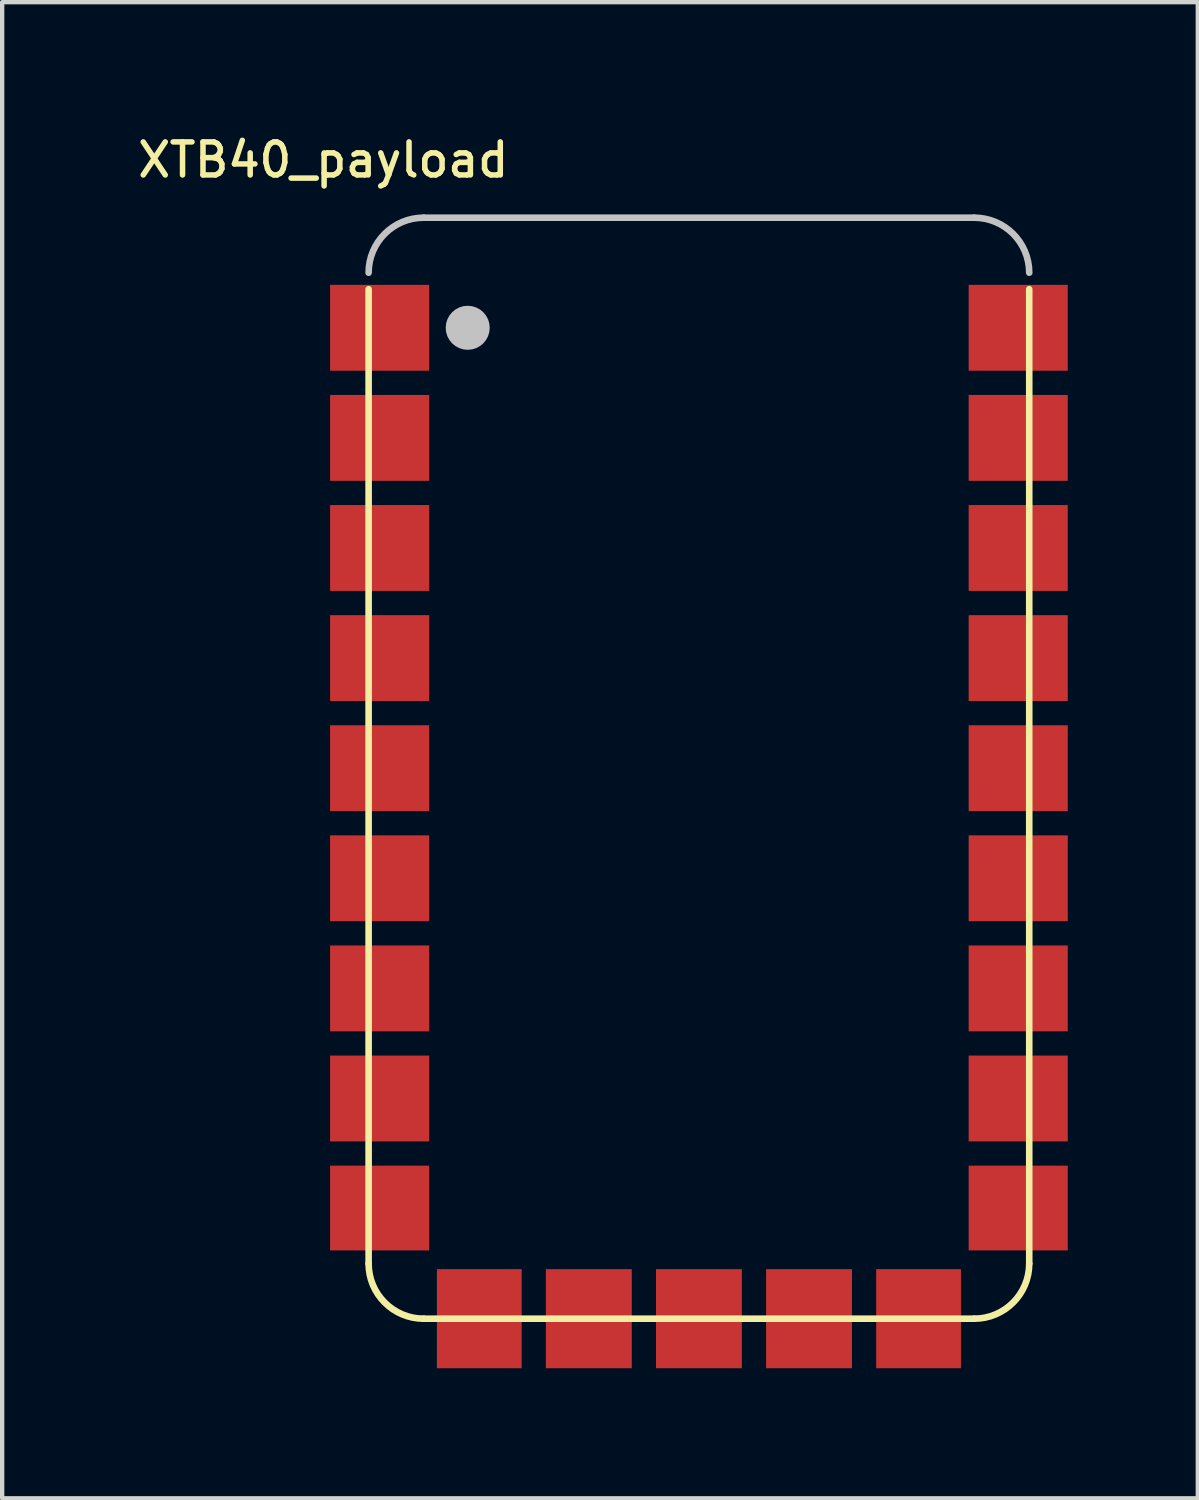
<source format=kicad_pcb>
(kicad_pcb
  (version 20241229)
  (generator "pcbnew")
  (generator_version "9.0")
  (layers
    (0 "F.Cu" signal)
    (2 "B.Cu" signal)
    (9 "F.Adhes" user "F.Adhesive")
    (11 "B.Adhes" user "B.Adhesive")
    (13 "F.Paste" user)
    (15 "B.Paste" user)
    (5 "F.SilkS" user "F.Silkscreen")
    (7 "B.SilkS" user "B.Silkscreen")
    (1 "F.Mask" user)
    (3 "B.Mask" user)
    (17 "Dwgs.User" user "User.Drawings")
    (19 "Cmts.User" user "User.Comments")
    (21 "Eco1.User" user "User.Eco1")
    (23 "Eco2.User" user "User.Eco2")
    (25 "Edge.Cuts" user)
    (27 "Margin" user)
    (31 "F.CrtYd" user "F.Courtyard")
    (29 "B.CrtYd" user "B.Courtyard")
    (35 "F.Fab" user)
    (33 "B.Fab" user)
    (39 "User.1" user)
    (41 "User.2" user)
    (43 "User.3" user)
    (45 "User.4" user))
  (footprint "XTB40_payload"
    (layer "F.Cu")
    (at 5.454 27.372)
    (property "Reference" "XTB40_payload" (at 3.302 -27.178 0) (layer "F.SilkS") (effects (font (size 0.762 0.762) (thickness 0.127)) (justify right top)))
    (attr smd)
    (fp_line (start 0 -23.75) (end 0 -1.27) (stroke (width 0.152) (type solid)) (layer "F.SilkS"))
    (fp_line (start 1.27 0) (end 13.97 0) (stroke (width 0.152) (type solid)) (layer "F.SilkS"))
    (fp_line (start 15.24 -1.27) (end 15.24 -23.75) (stroke (width 0.152) (type solid)) (layer "F.SilkS"))
    (fp_arc (start 1.27 0) (mid 0.371974 -0.371974) (end 0 -1.27) (stroke (width 0.1524) (type solid)) (layer "F.SilkS"))
    (fp_arc (start 15.24 -1.27) (mid 14.868026 -0.371974) (end 13.97 0) (stroke (width 0.1524) (type solid)) (layer "F.SilkS"))
    (fp_line (start 13.97 -25.4) (end 1.27 -25.4) (stroke (width 0.152) (type solid)) (layer "Dwgs.User"))
    (fp_arc (start 0 -24.13) (mid 0.371974 -25.028026) (end 1.27 -25.4) (stroke (width 0.1524) (type solid)) (layer "Dwgs.User"))
    (fp_arc (start 13.97 -25.4) (mid 14.868026 -25.028026) (end 15.24 -24.13) (stroke (width 0.1524) (type solid)) (layer "Dwgs.User"))
    (fp_circle (center 2.286 -22.86) (end 2.54 -22.86) (stroke (width 0.508) (type solid)) (fill no) (layer "Dwgs.User"))
    (pad "1" smd rect (at 0.254 -22.86) (size 2.286 1.981) (layers "F.Cu" "F.Mask"))
    (pad "2" smd rect (at 0.254 -20.32) (size 2.286 1.981) (layers "F.Cu" "F.Mask"))
    (pad "3" smd rect (at 0.254 -17.78) (size 2.286 1.981) (layers "F.Cu" "F.Mask"))
    (pad "4" smd rect (at 0.254 -15.24) (size 2.286 1.981) (layers "F.Cu" "F.Mask"))
    (pad "5" smd rect (at 0.254 -12.7) (size 2.286 1.981) (layers "F.Cu" "F.Mask"))
    (pad "6" smd rect (at 0.254 -10.16) (size 2.286 1.981) (layers "F.Cu" "F.Mask"))
    (pad "7" smd rect (at 0.254 -7.62) (size 2.286 1.981) (layers "F.Cu" "F.Mask"))
    (pad "8" smd rect (at 0.254 -5.08) (size 2.286 1.981) (layers "F.Cu" "F.Mask"))
    (pad "9" smd rect (at 0.254 -2.553) (size 2.286 1.956) (layers "F.Cu" "F.Mask"))
    (pad "10" smd rect (at 2.553 0 270) (size 2.286 1.956) (layers "F.Cu" "F.Mask"))
    (pad "11" smd rect (at 5.08 0 270) (size 2.286 1.981) (layers "F.Cu" "F.Mask"))
    (pad "12" smd rect (at 7.62 0 270) (size 2.286 1.981) (layers "F.Cu" "F.Mask"))
    (pad "13" smd rect (at 10.16 0 270) (size 2.286 1.981) (layers "F.Cu" "F.Mask"))
    (pad "14" smd rect (at 12.687 0 270) (size 2.286 1.956) (layers "F.Cu" "F.Mask"))
    (pad "15" smd rect (at 14.986 -2.553) (size 2.286 1.956) (layers "F.Cu" "F.Mask"))
    (pad "16" smd rect (at 14.986 -5.08) (size 2.286 1.981) (layers "F.Cu" "F.Mask"))
    (pad "17" smd rect (at 14.986 -7.62) (size 2.286 1.981) (layers "F.Cu" "F.Mask"))
    (pad "18" smd rect (at 14.986 -10.16) (size 2.286 1.981) (layers "F.Cu" "F.Mask"))
    (pad "19" smd rect (at 14.986 -12.7) (size 2.286 1.981) (layers "F.Cu" "F.Mask"))
    (pad "20" smd rect (at 14.986 -15.24) (size 2.286 1.981) (layers "F.Cu" "F.Mask"))
    (pad "21" smd rect (at 14.986 -17.78) (size 2.286 1.981) (layers "F.Cu" "F.Mask"))
    (pad "22" smd rect (at 14.986 -20.32) (size 2.286 1.981) (layers "F.Cu" "F.Mask"))
    (pad "23" smd rect (at 14.986 -22.86) (size 2.286 1.981) (layers "F.Cu" "F.Mask")))
  (gr_rect
    (start -3 -3)
    (end 24.583 31.515)
    (stroke (width 0.1) (type default))
    (fill no)
    (layer "Edge.Cuts")))
</source>
